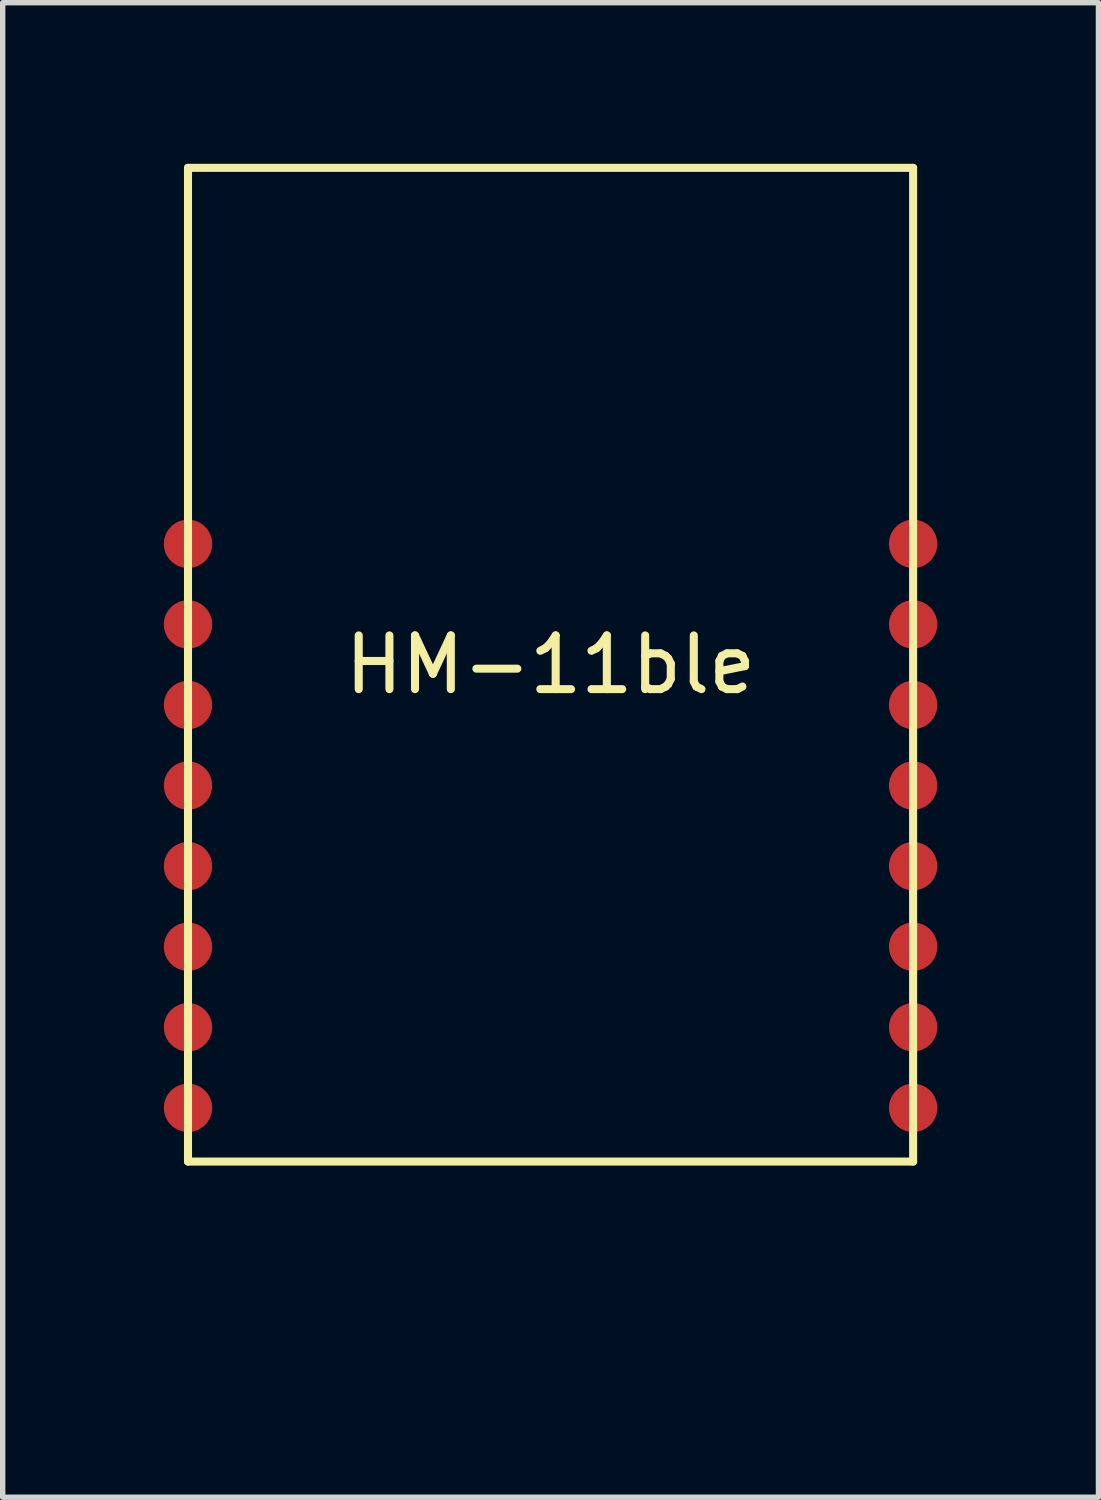
<source format=kicad_pcb>
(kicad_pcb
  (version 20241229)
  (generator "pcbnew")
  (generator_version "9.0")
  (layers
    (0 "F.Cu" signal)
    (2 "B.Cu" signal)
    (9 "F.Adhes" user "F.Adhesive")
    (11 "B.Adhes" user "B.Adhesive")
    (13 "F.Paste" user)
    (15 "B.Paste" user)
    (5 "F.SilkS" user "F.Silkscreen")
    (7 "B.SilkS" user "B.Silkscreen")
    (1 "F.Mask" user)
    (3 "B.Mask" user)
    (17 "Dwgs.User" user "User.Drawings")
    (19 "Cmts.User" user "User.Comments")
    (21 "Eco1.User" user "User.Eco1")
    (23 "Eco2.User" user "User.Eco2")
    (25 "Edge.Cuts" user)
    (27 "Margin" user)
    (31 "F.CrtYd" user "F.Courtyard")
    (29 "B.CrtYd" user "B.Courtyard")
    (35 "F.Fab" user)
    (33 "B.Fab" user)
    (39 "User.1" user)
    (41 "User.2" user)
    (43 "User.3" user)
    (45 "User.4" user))
  (footprint "HM-11ble"
    (layer "F.Cu")
    (at 7.2 21.575)
    (property "Reference" "HM-11ble" (at 0 -12.25 0) (layer "F.SilkS") (effects (font (size 1 1) (thickness 0.15))))
    (attr through_hole)
    (fp_line (start -6.75 -21.5) (end 6.75 -21.5) (stroke (width 0.15) (type solid)) (layer "F.SilkS"))
    (fp_line (start -6.75 -3) (end -6.75 -21.5) (stroke (width 0.15) (type solid)) (layer "F.SilkS"))
    (fp_line (start 6.75 -21.5) (end 6.75 -3) (stroke (width 0.15) (type solid)) (layer "F.SilkS"))
    (fp_line (start 6.75 -3) (end -6.75 -3) (stroke (width 0.15) (type solid)) (layer "F.SilkS"))
    (pad "1" smd circle (at -6.75 -14.5) (size 0.9 0.9) (layers "F.Cu" "F.Mask" "F.Paste"))
    (pad "2" smd circle (at -6.75 -13) (size 0.9 0.9) (layers "F.Cu" "F.Mask" "F.Paste"))
    (pad "3" smd circle (at -6.75 -11.5) (size 0.9 0.9) (layers "F.Cu" "F.Mask" "F.Paste"))
    (pad "4" smd circle (at -6.75 -10) (size 0.9 0.9) (layers "F.Cu" "F.Mask" "F.Paste"))
    (pad "5" smd circle (at -6.75 -8.5) (size 0.9 0.9) (layers "F.Cu" "F.Mask" "F.Paste"))
    (pad "6" smd circle (at -6.75 -7) (size 0.9 0.9) (layers "F.Cu" "F.Mask" "F.Paste"))
    (pad "7" smd circle (at -6.75 -5.5) (size 0.9 0.9) (layers "F.Cu" "F.Mask" "F.Paste"))
    (pad "8" smd circle (at -6.75 -4) (size 0.9 0.9) (layers "F.Cu" "F.Mask" "F.Paste"))
    (pad "9" smd circle (at 6.75 -4) (size 0.9 0.9) (layers "F.Cu" "F.Mask" "F.Paste"))
    (pad "10" smd circle (at 6.75 -5.5) (size 0.9 0.9) (layers "F.Cu" "F.Mask" "F.Paste"))
    (pad "11" smd circle (at 6.75 -7) (size 0.9 0.9) (layers "F.Cu" "F.Mask" "F.Paste"))
    (pad "12" smd circle (at 6.75 -8.5) (size 0.9 0.9) (layers "F.Cu" "F.Mask" "F.Paste"))
    (pad "13" smd circle (at 6.75 -10) (size 0.9 0.9) (layers "F.Cu" "F.Mask" "F.Paste"))
    (pad "14" smd circle (at 6.75 -11.5) (size 0.9 0.9) (layers "F.Cu" "F.Mask" "F.Paste"))
    (pad "15" smd circle (at 6.75 -13) (size 0.9 0.9) (layers "F.Cu" "F.Mask" "F.Paste"))
    (pad "16" smd circle (at 6.75 -14.5) (size 0.9 0.9) (layers "F.Cu" "F.Mask" "F.Paste")))
  (gr_rect
    (start -3 -3)
    (end 17.4 24.825)
    (stroke (width 0.1) (type default))
    (fill no)
    (layer "Edge.Cuts")))
</source>
